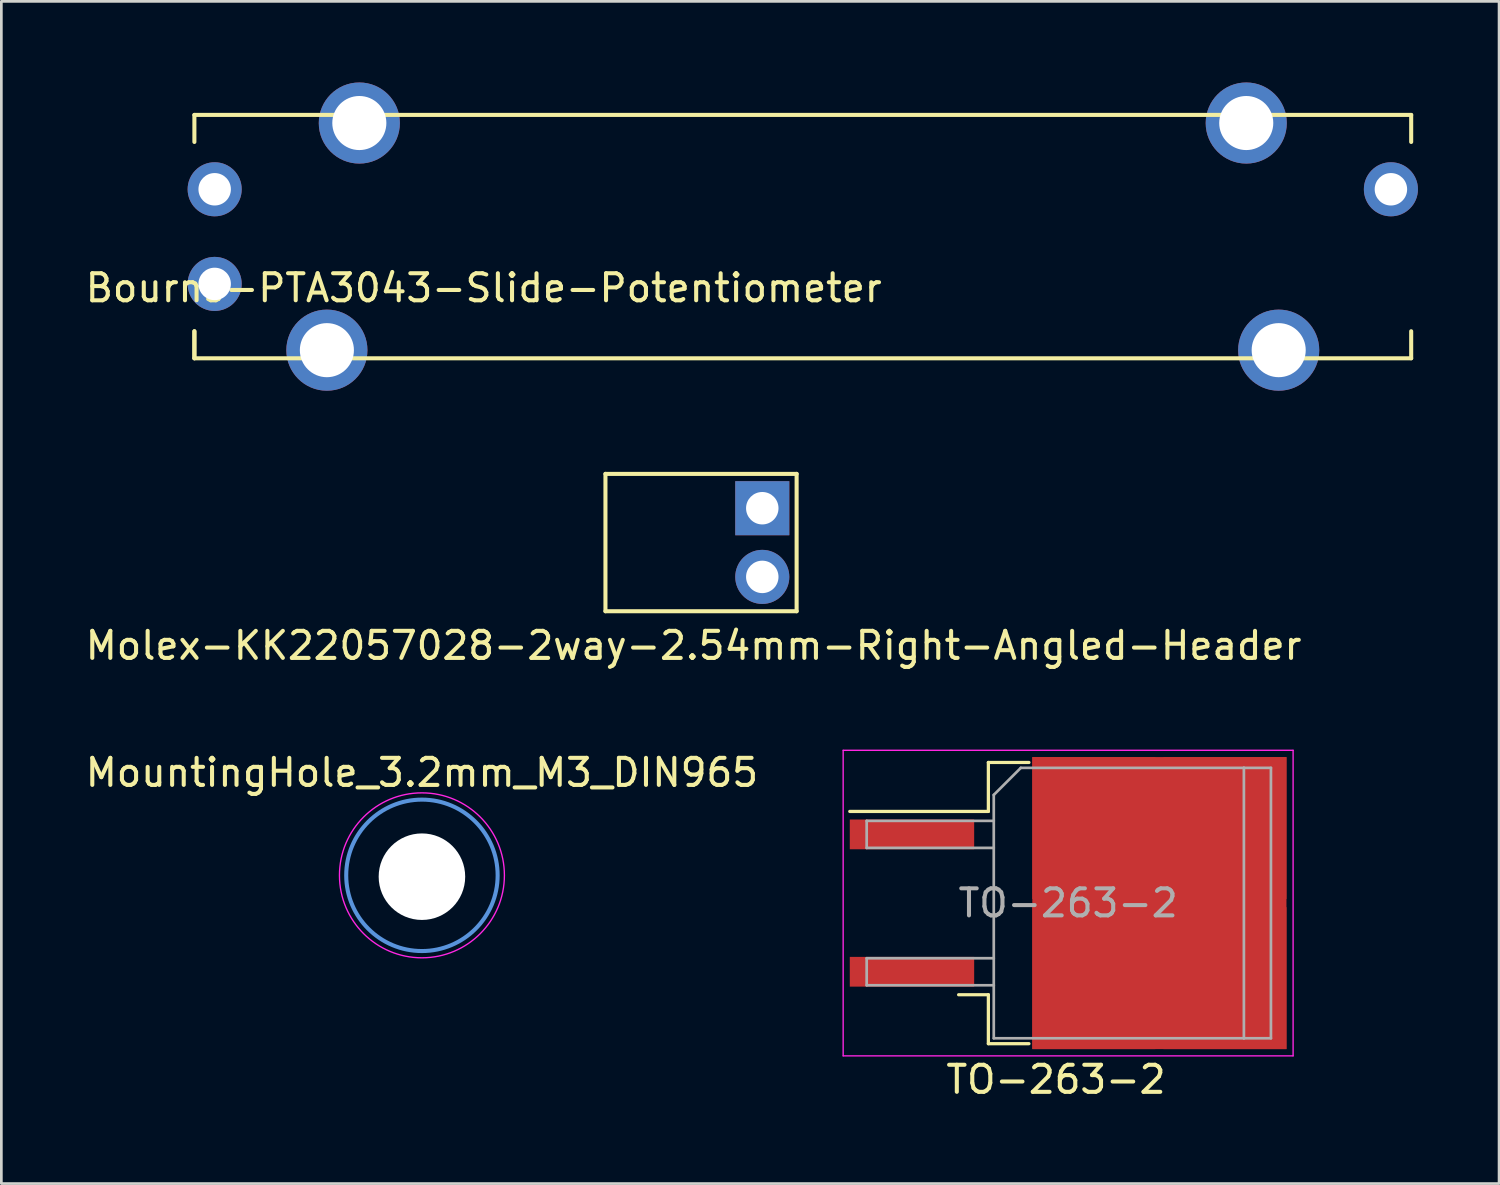
<source format=kicad_pcb>
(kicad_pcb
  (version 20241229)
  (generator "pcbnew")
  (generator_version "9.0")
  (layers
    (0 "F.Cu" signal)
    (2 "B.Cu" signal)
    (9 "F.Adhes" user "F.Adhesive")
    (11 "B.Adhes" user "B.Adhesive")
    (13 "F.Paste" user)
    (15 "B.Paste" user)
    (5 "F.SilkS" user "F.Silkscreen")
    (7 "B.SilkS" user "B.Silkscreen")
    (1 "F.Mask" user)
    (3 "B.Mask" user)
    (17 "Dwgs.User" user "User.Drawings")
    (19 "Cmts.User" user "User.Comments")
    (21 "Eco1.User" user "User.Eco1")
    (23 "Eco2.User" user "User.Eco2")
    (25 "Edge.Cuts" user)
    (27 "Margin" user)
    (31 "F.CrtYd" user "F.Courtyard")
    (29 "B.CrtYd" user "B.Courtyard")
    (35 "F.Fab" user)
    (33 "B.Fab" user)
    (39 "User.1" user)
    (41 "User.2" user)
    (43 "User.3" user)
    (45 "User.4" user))
  (footprint "MountingHole_3.2mm_M3_DIN965"
    (layer "F.Cu")
    (at 12.554 29.322)
    (property "Reference" "MountingHole_3.2mm_M3_DIN965" (at 0 -3.8 0) (layer "F.SilkS") (effects (font (size 1 1) (thickness 0.15))))
    (attr through_hole)
    (fp_circle (center 0 0) (end 2.8 0) (stroke (width 0.15) (type solid)) (fill no) (layer "Cmts.User"))
    (fp_circle (center 0 0) (end 3.05 0) (stroke (width 0.05) (type solid)) (fill no) (layer "F.CrtYd"))
    (pad "" np_thru_hole circle (at 0 0.05) (size 3.2 3.2) (drill 3.2) (layers "*.Cu" "*.Mask")))
  (footprint "Bourns-PTA3043-Slide-Potentiometer"
    (layer "F.Cu")
    (at 26.639 5.7)
    (property "Reference" "Bourns-PTA3043-Slide-Potentiometer" (at -11.8 1.9 0) (layer "F.SilkS") (effects (font (size 1 1) (thickness 0.15))))
    (attr through_hole)
    (fp_line (start -22.5 -4.5) (end -22.5 -3.5) (stroke (width 0.15) (type solid)) (layer "F.SilkS"))
    (fp_line (start -22.5 -4.5) (end 22.5 -4.5) (stroke (width 0.15) (type solid)) (layer "F.SilkS"))
    (fp_line (start -22.5 3.5) (end -22.5 4.5) (stroke (width 0.15) (type solid)) (layer "F.SilkS"))
    (fp_line (start -22.5 3.5) (end -22.5 4.5) (stroke (width 0.15) (type solid)) (layer "F.SilkS"))
    (fp_line (start -22.5 4.5) (end 22.5 4.5) (stroke (width 0.15) (type solid)) (layer "F.SilkS"))
    (fp_line (start 22.5 -4.5) (end 22.5 -3.5) (stroke (width 0.15) (type solid)) (layer "F.SilkS"))
    (fp_line (start 22.5 3.5) (end 22.5 4.5) (stroke (width 0.15) (type solid)) (layer "F.SilkS"))
    (pad "" thru_hole circle (at -17.6 4.2) (size 3 3) (drill 2) (layers "*.Cu" "*.Mask"))
    (pad "" thru_hole circle (at -16.4 -4.2) (size 3 3) (drill 2) (layers "*.Cu" "*.Mask"))
    (pad "" np_thru_hole circle (at 16.4 -4.2) (size 3 3) (drill 2) (layers "*.Cu"))
    (pad "" np_thru_hole circle (at 17.6 4.2) (size 3 3) (drill 2) (layers "*.Cu"))
    (pad "1" thru_hole circle (at -21.75 -1.75) (size 2 2) (drill 1.2) (layers "*.Cu" "*.Mask"))
    (pad "2" thru_hole circle (at -21.75 1.75) (size 2 2) (drill 1.2) (layers "*.Cu" "*.Mask"))
    (pad "3" thru_hole circle (at 21.75 -1.75) (size 2 2) (drill 1.2) (layers "*.Cu" "*.Mask")))
  (footprint "TO-263-2"
    (layer "F.Cu")
    (at 36.452 30.348)
    (property "Reference" "TO-263-2" (at -0.45 6.525 0) (layer "F.SilkS") (effects (font (size 1 1) (thickness 0.15))))
    (attr smd)
    (fp_line (start -2.95 -5.2) (end -2.95 -3.39) (stroke (width 0.12) (type solid)) (layer "F.SilkS"))
    (fp_line (start -2.95 -3.39) (end -8.075 -3.39) (stroke (width 0.12) (type solid)) (layer "F.SilkS"))
    (fp_line (start -2.95 3.39) (end -4.05 3.39) (stroke (width 0.12) (type solid)) (layer "F.SilkS"))
    (fp_line (start -2.95 5.2) (end -2.95 3.39) (stroke (width 0.12) (type solid)) (layer "F.SilkS"))
    (fp_line (start -1.45 -5.2) (end -2.95 -5.2) (stroke (width 0.12) (type solid)) (layer "F.SilkS"))
    (fp_line (start -1.45 5.2) (end -2.95 5.2) (stroke (width 0.12) (type solid)) (layer "F.SilkS"))
    (fp_line (start -8.32 -5.65) (end -8.32 5.65) (stroke (width 0.05) (type solid)) (layer "F.CrtYd"))
    (fp_line (start -8.32 5.65) (end 8.32 5.65) (stroke (width 0.05) (type solid)) (layer "F.CrtYd"))
    (fp_line (start 8.32 -5.65) (end -8.32 -5.65) (stroke (width 0.05) (type solid)) (layer "F.CrtYd"))
    (fp_line (start 8.32 5.65) (end 8.32 -5.65) (stroke (width 0.05) (type solid)) (layer "F.CrtYd"))
    (fp_line (start -7.45 -3.04) (end -7.45 -2.04) (stroke (width 0.1) (type solid)) (layer "F.Fab"))
    (fp_line (start -7.45 -2.04) (end -2.75 -2.04) (stroke (width 0.1) (type solid)) (layer "F.Fab"))
    (fp_line (start -7.45 2.04) (end -7.45 3.04) (stroke (width 0.1) (type solid)) (layer "F.Fab"))
    (fp_line (start -7.45 3.04) (end -2.75 3.04) (stroke (width 0.1) (type solid)) (layer "F.Fab"))
    (fp_line (start -2.75 -4) (end -1.75 -5) (stroke (width 0.1) (type solid)) (layer "F.Fab"))
    (fp_line (start -2.75 -3.04) (end -7.45 -3.04) (stroke (width 0.1) (type solid)) (layer "F.Fab"))
    (fp_line (start -2.75 2.04) (end -7.45 2.04) (stroke (width 0.1) (type solid)) (layer "F.Fab"))
    (fp_line (start -2.75 5) (end -2.75 -4) (stroke (width 0.1) (type solid)) (layer "F.Fab"))
    (fp_line (start -1.75 -5) (end 6.5 -5) (stroke (width 0.1) (type solid)) (layer "F.Fab"))
    (fp_line (start 6.5 -5) (end 6.5 5) (stroke (width 0.1) (type solid)) (layer "F.Fab"))
    (fp_line (start 6.5 -5) (end 7.5 -5) (stroke (width 0.1) (type solid)) (layer "F.Fab"))
    (fp_line (start 6.5 5) (end -2.75 5) (stroke (width 0.1) (type solid)) (layer "F.Fab"))
    (fp_line (start 7.5 -5) (end 7.5 5) (stroke (width 0.1) (type solid)) (layer "F.Fab"))
    (fp_line (start 7.5 5) (end 6.5 5) (stroke (width 0.1) (type solid)) (layer "F.Fab"))
    (fp_text user "${REFERENCE}" (at 0 0 0) (layer "F.Fab") (effects (font (size 1 1) (thickness 0.15))))
    (pad "1" smd rect (at -5.775 -2.54) (size 4.6 1.1) (layers "F.Cu" "F.Mask" "F.Paste"))
    (pad "2" smd rect (at 0.95 -2.775) (size 4.55 5.25) (layers "F.Cu" "F.Paste"))
    (pad "2" smd rect (at 0.95 2.775) (size 4.55 5.25) (layers "F.Cu" "F.Paste"))
    (pad "2" smd rect (at 3.375 0) (size 9.4 10.8) (layers "F.Cu" "F.Mask"))
    (pad "2" smd rect (at 5.8 -2.775) (size 4.55 5.25) (layers "F.Cu" "F.Paste"))
    (pad "2" smd rect (at 5.8 2.775) (size 4.55 5.25) (layers "F.Cu" "F.Paste"))
    (pad "3" smd rect (at -5.775 2.54) (size 4.6 1.1) (layers "F.Cu" "F.Mask" "F.Paste")))
  (footprint "Molex-KK22057028-2way-2.54mm-Right-Angled-Header"
    (layer "F.Cu")
    (at 25.141 17.015)
    (property "Reference" "Molex-KK22057028-2way-2.54mm-Right-Angled-Header" (at -2.54 3.81 0) (layer "F.SilkS") (effects (font (size 1 1) (thickness 0.15))))
    (attr through_hole)
    (fp_line (start -5.8 -2.54) (end 1.27 -2.54) (stroke (width 0.15) (type solid)) (layer "F.SilkS"))
    (fp_line (start -5.8 2.54) (end -5.8 -2.54) (stroke (width 0.15) (type solid)) (layer "F.SilkS"))
    (fp_line (start 1.27 -2.54) (end 1.27 2.54) (stroke (width 0.15) (type solid)) (layer "F.SilkS"))
    (fp_line (start 1.27 2.54) (end -5.8 2.54) (stroke (width 0.15) (type solid)) (layer "F.SilkS"))
    (pad "1" thru_hole rect (at 0 -1.27) (size 2 2) (drill 1.2) (layers "*.Cu" "*.Mask"))
    (pad "2" thru_hole circle (at 0 1.27) (size 2 2) (drill 1.2) (layers "*.Cu" "*.Mask")))
  (gr_rect
    (start -3 -3)
    (end 52.389 40.721)
    (stroke (width 0.1) (type default))
    (fill no)
    (layer "Edge.Cuts")))
</source>
